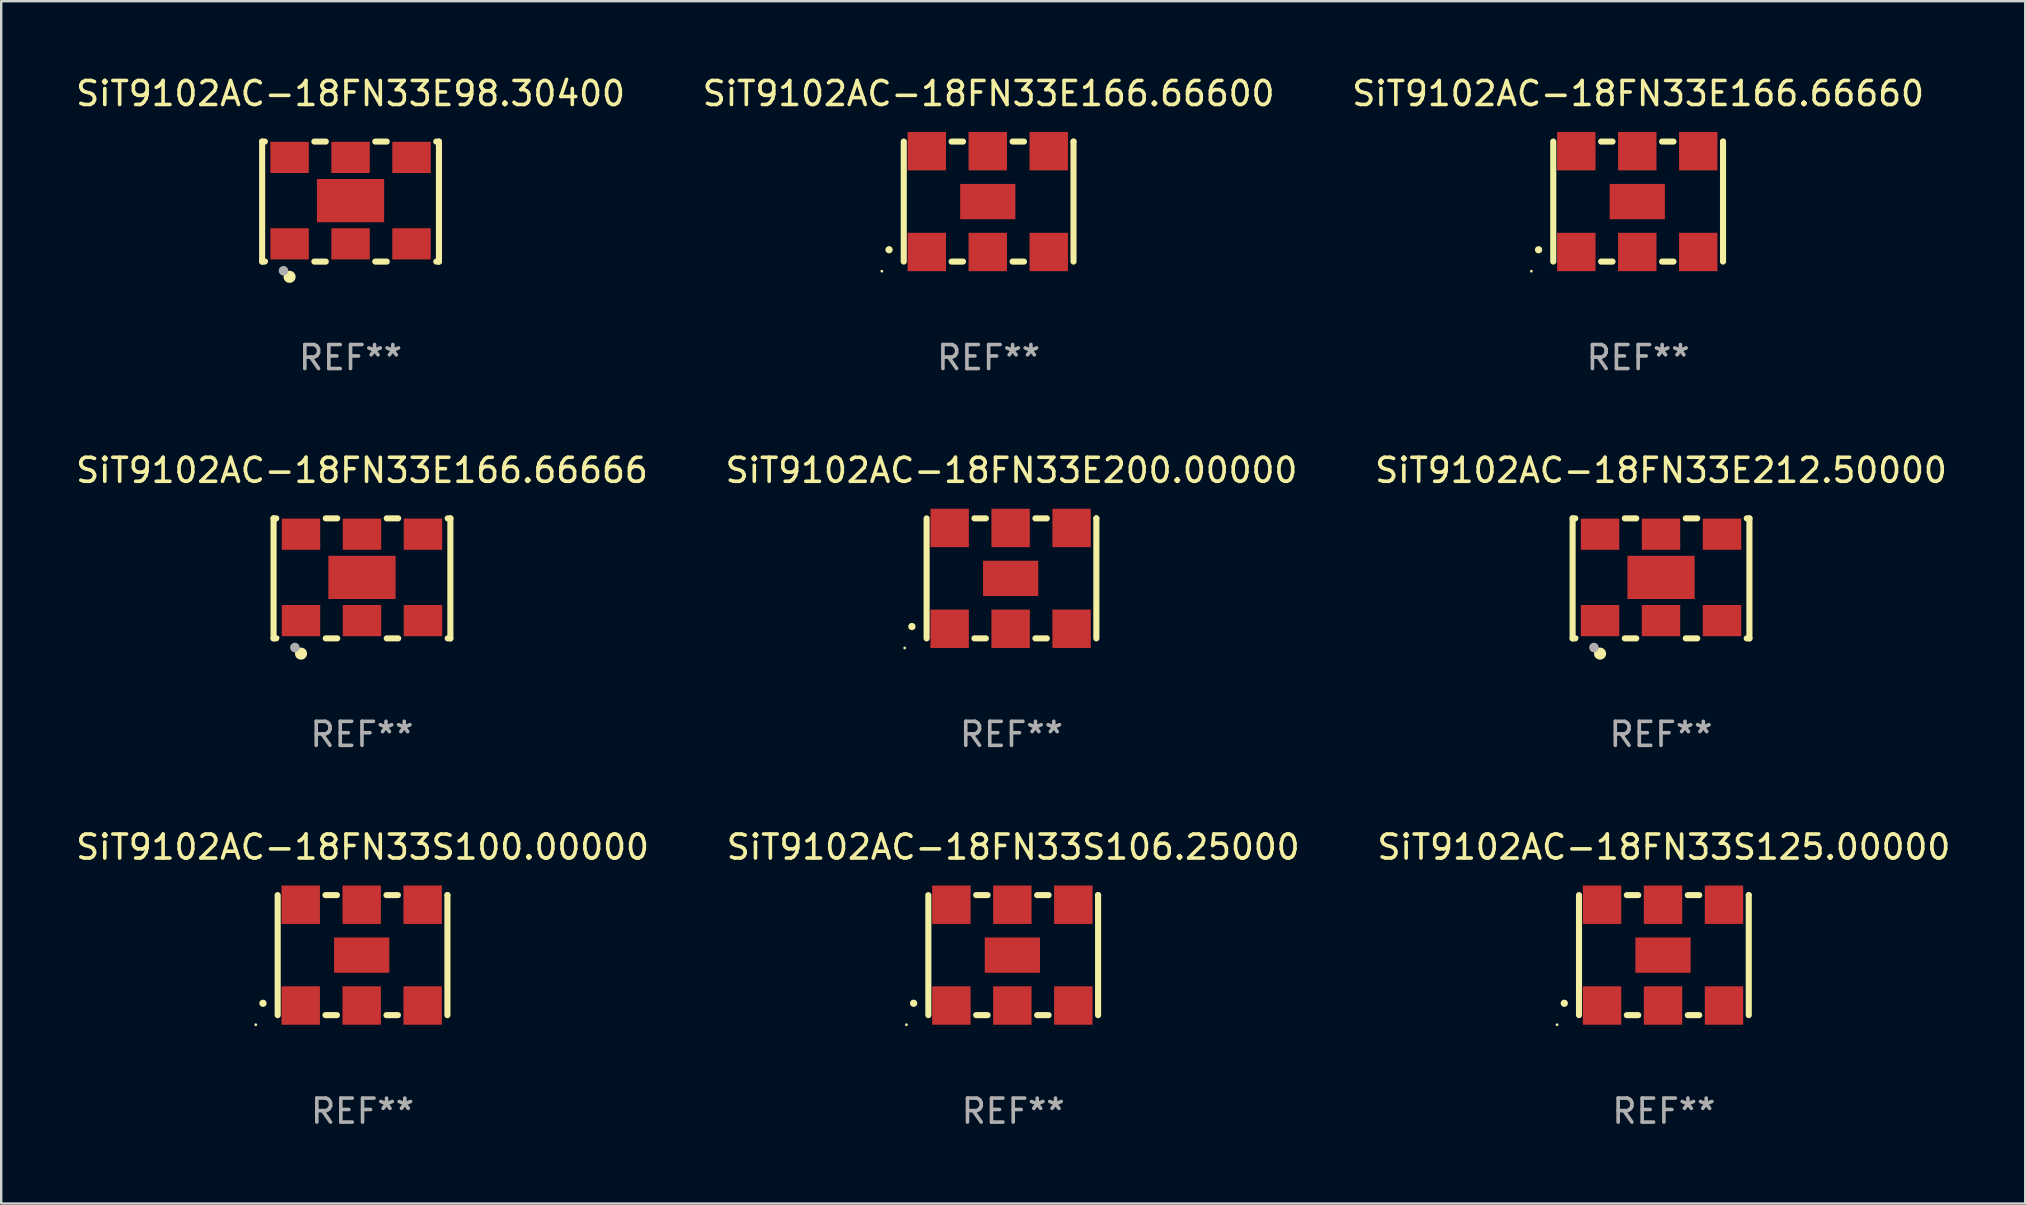
<source format=kicad_pcb>
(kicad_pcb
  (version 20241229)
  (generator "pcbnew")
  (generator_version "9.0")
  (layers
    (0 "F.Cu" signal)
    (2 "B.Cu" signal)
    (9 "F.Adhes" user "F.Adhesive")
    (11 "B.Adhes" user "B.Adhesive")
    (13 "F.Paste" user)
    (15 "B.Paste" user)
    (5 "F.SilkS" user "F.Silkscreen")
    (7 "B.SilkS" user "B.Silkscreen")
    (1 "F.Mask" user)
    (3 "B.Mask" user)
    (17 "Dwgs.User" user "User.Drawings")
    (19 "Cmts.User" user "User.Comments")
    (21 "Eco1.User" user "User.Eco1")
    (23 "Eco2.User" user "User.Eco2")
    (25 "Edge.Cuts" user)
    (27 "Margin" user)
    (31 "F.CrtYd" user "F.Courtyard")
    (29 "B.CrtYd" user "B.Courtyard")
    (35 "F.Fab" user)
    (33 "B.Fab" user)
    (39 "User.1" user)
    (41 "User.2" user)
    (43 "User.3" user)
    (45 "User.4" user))
  (footprint "SiT9102AC-18FN33E98.30400"
    (layer "F.Cu")
    (at 11.554 5.348)
    (property "Reference" "SiT9102AC-18FN33E98.30400" (at 0 -4.5 0) (layer "F.SilkS") (effects (font (size 1 1) (thickness 0.15))))
    (attr through_hole)
    (fp_line (start -3.683 -2.5) (end -3.571 -2.5) (stroke (width 0.254) (type solid)) (layer "F.SilkS"))
    (fp_line (start -3.683 2.5) (end -3.683 -2.5) (stroke (width 0.254) (type solid)) (layer "F.SilkS"))
    (fp_line (start -3.683 2.5) (end -3.571 2.5) (stroke (width 0.254) (type solid)) (layer "F.SilkS"))
    (fp_line (start -1.509 -2.5) (end -1.031 -2.5) (stroke (width 0.254) (type solid)) (layer "F.SilkS"))
    (fp_line (start -1.509 2.5) (end -1.031 2.5) (stroke (width 0.254) (type solid)) (layer "F.SilkS"))
    (fp_line (start 1.031 -2.5) (end 1.509 -2.5) (stroke (width 0.254) (type solid)) (layer "F.SilkS"))
    (fp_line (start 1.031 2.5) (end 1.509 2.5) (stroke (width 0.254) (type solid)) (layer "F.SilkS"))
    (fp_line (start 3.571 -2.5) (end 3.683 -2.5) (stroke (width 0.254) (type solid)) (layer "F.SilkS"))
    (fp_line (start 3.571 2.5) (end 3.683 2.5) (stroke (width 0.254) (type solid)) (layer "F.SilkS"))
    (fp_line (start 3.683 2.5) (end 3.683 -2.5) (stroke (width 0.254) (type solid)) (layer "F.SilkS"))
    (fp_circle (center -3.5 2.46) (end -3.47 2.46) (stroke (width 0.06) (type solid)) (fill no) (layer "F.SilkS"))
    (fp_circle (center -2.54 3.135) (end -2.413 3.135) (stroke (width 0.254) (type solid)) (fill no) (layer "F.SilkS"))
    (fp_circle (center -2.794 2.881) (end -2.694 2.881) (stroke (width 0.2) (type solid)) (fill no) (layer "F.Fab"))
    (fp_text user "REF**" (at 0 6.5 0) (layer "F.Fab") (effects (font (size 1 1) (thickness 0.15))))
    (pad "1" smd rect (at -2.54 1.76) (size 1.6 1.3) (layers "F.Cu" "F.Mask" "F.Paste"))
    (pad "2" smd rect (at 0 1.76) (size 1.6 1.3) (layers "F.Cu" "F.Mask" "F.Paste"))
    (pad "3" smd rect (at 2.54 1.76) (size 1.6 1.3) (layers "F.Cu" "F.Mask" "F.Paste"))
    (pad "4" smd rect (at 2.54 -1.84) (size 1.6 1.3) (layers "F.Cu" "F.Mask" "F.Paste"))
    (pad "5" smd rect (at 0 -1.84) (size 1.6 1.3) (layers "F.Cu" "F.Mask" "F.Paste"))
    (pad "6" smd rect (at -2.54 -1.84) (size 1.6 1.3) (layers "F.Cu" "F.Mask" "F.Paste"))
    (pad "7" smd rect (at 0 -0.04) (size 2.8 1.8) (layers "F.Cu" "F.Mask" "F.Paste")))
  (footprint "SiT9102AC-18FN33S100.00000"
    (layer "F.Cu")
    (at 12.054 36.741)
    (property "Reference" "SiT9102AC-18FN33S100.00000" (at 0 -4.5 0) (layer "F.SilkS") (effects (font (size 1 1) (thickness 0.15))))
    (attr through_hole)
    (fp_line (start -3.536 -2.5) (end -3.536 2.5) (stroke (width 0.254) (type solid)) (layer "F.SilkS"))
    (fp_line (start -1.544 2.5) (end -1.067 2.5) (stroke (width 0.254) (type solid)) (layer "F.SilkS"))
    (fp_line (start -1.067 -2.5) (end -1.544 -2.5) (stroke (width 0.254) (type solid)) (layer "F.SilkS"))
    (fp_line (start 0.996 2.5) (end 1.473 2.5) (stroke (width 0.254) (type solid)) (layer "F.SilkS"))
    (fp_line (start 1.473 -2.5) (end 0.996 -2.5) (stroke (width 0.254) (type solid)) (layer "F.SilkS"))
    (fp_line (start 3.536 -2.5) (end 3.536 -2.5) (stroke (width 0.254) (type solid)) (layer "F.SilkS"))
    (fp_line (start 3.536 2.5) (end 3.536 -2.5) (stroke (width 0.254) (type solid)) (layer "F.SilkS"))
    (fp_arc (start -4.150432 2.006604) (mid -4.149162 2.006599) (end -4.147892 2.006604) (stroke (width 0.3) (type solid)) (layer "F.SilkS"))
    (fp_circle (center -4.449 2.9) (end -4.419 2.9) (stroke (width 0.06) (type solid)) (fill no) (layer "F.SilkS"))
    (fp_text user "REF**" (at 0 6.5 0) (layer "F.Fab") (effects (font (size 1 1) (thickness 0.15))))
    (pad "1" smd rect (at -2.576 2.1) (size 1.6 1.6) (layers "F.Cu" "F.Mask" "F.Paste"))
    (pad "2" smd rect (at -0.036 2.1) (size 1.6 1.6) (layers "F.Cu" "F.Mask" "F.Paste"))
    (pad "3" smd rect (at 2.504 2.1) (size 1.6 1.6) (layers "F.Cu" "F.Mask" "F.Paste"))
    (pad "4" smd rect (at 2.504 -2.1) (size 1.6 1.6) (layers "F.Cu" "F.Mask" "F.Paste"))
    (pad "5" smd rect (at -0.036 -2.1) (size 1.6 1.6) (layers "F.Cu" "F.Mask" "F.Paste"))
    (pad "6" smd rect (at -2.576 -2.1) (size 1.6 1.6) (layers "F.Cu" "F.Mask" "F.Paste"))
    (pad "7" smd rect (at -0.036 0) (size 2.3 1.47) (layers "F.Cu" "F.Mask" "F.Paste")))
  (footprint "SiT9102AC-18FN33S125.00000"
    (layer "F.Cu")
    (at 66.268 36.741)
    (property "Reference" "SiT9102AC-18FN33S125.00000" (at 0 -4.5 0) (layer "F.SilkS") (effects (font (size 1 1) (thickness 0.15))))
    (attr through_hole)
    (fp_line (start -3.536 -2.5) (end -3.536 2.5) (stroke (width 0.254) (type solid)) (layer "F.SilkS"))
    (fp_line (start -1.544 2.5) (end -1.067 2.5) (stroke (width 0.254) (type solid)) (layer "F.SilkS"))
    (fp_line (start -1.067 -2.5) (end -1.544 -2.5) (stroke (width 0.254) (type solid)) (layer "F.SilkS"))
    (fp_line (start 0.996 2.5) (end 1.473 2.5) (stroke (width 0.254) (type solid)) (layer "F.SilkS"))
    (fp_line (start 1.473 -2.5) (end 0.996 -2.5) (stroke (width 0.254) (type solid)) (layer "F.SilkS"))
    (fp_line (start 3.536 -2.5) (end 3.536 -2.5) (stroke (width 0.254) (type solid)) (layer "F.SilkS"))
    (fp_line (start 3.536 2.5) (end 3.536 -2.5) (stroke (width 0.254) (type solid)) (layer "F.SilkS"))
    (fp_arc (start -4.150432 2.006604) (mid -4.149162 2.006599) (end -4.147892 2.006604) (stroke (width 0.3) (type solid)) (layer "F.SilkS"))
    (fp_circle (center -4.449 2.9) (end -4.419 2.9) (stroke (width 0.06) (type solid)) (fill no) (layer "F.SilkS"))
    (fp_text user "REF**" (at 0 6.5 0) (layer "F.Fab") (effects (font (size 1 1) (thickness 0.15))))
    (pad "1" smd rect (at -2.576 2.1) (size 1.6 1.6) (layers "F.Cu" "F.Mask" "F.Paste"))
    (pad "2" smd rect (at -0.036 2.1) (size 1.6 1.6) (layers "F.Cu" "F.Mask" "F.Paste"))
    (pad "3" smd rect (at 2.504 2.1) (size 1.6 1.6) (layers "F.Cu" "F.Mask" "F.Paste"))
    (pad "4" smd rect (at 2.504 -2.1) (size 1.6 1.6) (layers "F.Cu" "F.Mask" "F.Paste"))
    (pad "5" smd rect (at -0.036 -2.1) (size 1.6 1.6) (layers "F.Cu" "F.Mask" "F.Paste"))
    (pad "6" smd rect (at -2.576 -2.1) (size 1.6 1.6) (layers "F.Cu" "F.Mask" "F.Paste"))
    (pad "7" smd rect (at -0.036 0) (size 2.3 1.47) (layers "F.Cu" "F.Mask" "F.Paste")))
  (footprint "SiT9102AC-18FN33E166.66600"
    (layer "F.Cu")
    (at 38.137 5.348)
    (property "Reference" "SiT9102AC-18FN33E166.66600" (at 0 -4.5 0) (layer "F.SilkS") (effects (font (size 1 1) (thickness 0.15))))
    (attr through_hole)
    (fp_line (start -3.536 -2.5) (end -3.536 2.5) (stroke (width 0.254) (type solid)) (layer "F.SilkS"))
    (fp_line (start -1.544 2.5) (end -1.067 2.5) (stroke (width 0.254) (type solid)) (layer "F.SilkS"))
    (fp_line (start -1.067 -2.5) (end -1.544 -2.5) (stroke (width 0.254) (type solid)) (layer "F.SilkS"))
    (fp_line (start 0.996 2.5) (end 1.473 2.5) (stroke (width 0.254) (type solid)) (layer "F.SilkS"))
    (fp_line (start 1.473 -2.5) (end 0.996 -2.5) (stroke (width 0.254) (type solid)) (layer "F.SilkS"))
    (fp_line (start 3.536 -2.5) (end 3.536 -2.5) (stroke (width 0.254) (type solid)) (layer "F.SilkS"))
    (fp_line (start 3.536 2.5) (end 3.536 -2.5) (stroke (width 0.254) (type solid)) (layer "F.SilkS"))
    (fp_arc (start -4.150432 2.006604) (mid -4.149162 2.006599) (end -4.147892 2.006604) (stroke (width 0.3) (type solid)) (layer "F.SilkS"))
    (fp_circle (center -4.449 2.9) (end -4.419 2.9) (stroke (width 0.06) (type solid)) (fill no) (layer "F.SilkS"))
    (fp_text user "REF**" (at 0 6.5 0) (layer "F.Fab") (effects (font (size 1 1) (thickness 0.15))))
    (pad "1" smd rect (at -2.576 2.1) (size 1.6 1.6) (layers "F.Cu" "F.Mask" "F.Paste"))
    (pad "2" smd rect (at -0.036 2.1) (size 1.6 1.6) (layers "F.Cu" "F.Mask" "F.Paste"))
    (pad "3" smd rect (at 2.504 2.1) (size 1.6 1.6) (layers "F.Cu" "F.Mask" "F.Paste"))
    (pad "4" smd rect (at 2.504 -2.1) (size 1.6 1.6) (layers "F.Cu" "F.Mask" "F.Paste"))
    (pad "5" smd rect (at -0.036 -2.1) (size 1.6 1.6) (layers "F.Cu" "F.Mask" "F.Paste"))
    (pad "6" smd rect (at -2.576 -2.1) (size 1.6 1.6) (layers "F.Cu" "F.Mask" "F.Paste"))
    (pad "7" smd rect (at -0.036 0) (size 2.3 1.47) (layers "F.Cu" "F.Mask" "F.Paste")))
  (footprint "SiT9102AC-18FN33E212.50000"
    (layer "F.Cu")
    (at 66.149 21.045)
    (property "Reference" "SiT9102AC-18FN33E212.50000" (at 0 -4.5 0) (layer "F.SilkS") (effects (font (size 1 1) (thickness 0.15))))
    (attr through_hole)
    (fp_line (start -3.683 -2.5) (end -3.571 -2.5) (stroke (width 0.254) (type solid)) (layer "F.SilkS"))
    (fp_line (start -3.683 2.5) (end -3.683 -2.5) (stroke (width 0.254) (type solid)) (layer "F.SilkS"))
    (fp_line (start -3.683 2.5) (end -3.571 2.5) (stroke (width 0.254) (type solid)) (layer "F.SilkS"))
    (fp_line (start -1.509 -2.5) (end -1.031 -2.5) (stroke (width 0.254) (type solid)) (layer "F.SilkS"))
    (fp_line (start -1.509 2.5) (end -1.031 2.5) (stroke (width 0.254) (type solid)) (layer "F.SilkS"))
    (fp_line (start 1.031 -2.5) (end 1.509 -2.5) (stroke (width 0.254) (type solid)) (layer "F.SilkS"))
    (fp_line (start 1.031 2.5) (end 1.509 2.5) (stroke (width 0.254) (type solid)) (layer "F.SilkS"))
    (fp_line (start 3.571 -2.5) (end 3.683 -2.5) (stroke (width 0.254) (type solid)) (layer "F.SilkS"))
    (fp_line (start 3.571 2.5) (end 3.683 2.5) (stroke (width 0.254) (type solid)) (layer "F.SilkS"))
    (fp_line (start 3.683 2.5) (end 3.683 -2.5) (stroke (width 0.254) (type solid)) (layer "F.SilkS"))
    (fp_circle (center -3.5 2.46) (end -3.47 2.46) (stroke (width 0.06) (type solid)) (fill no) (layer "F.SilkS"))
    (fp_circle (center -2.54 3.135) (end -2.413 3.135) (stroke (width 0.254) (type solid)) (fill no) (layer "F.SilkS"))
    (fp_circle (center -2.794 2.881) (end -2.694 2.881) (stroke (width 0.2) (type solid)) (fill no) (layer "F.Fab"))
    (fp_text user "REF**" (at 0 6.5 0) (layer "F.Fab") (effects (font (size 1 1) (thickness 0.15))))
    (pad "1" smd rect (at -2.54 1.76) (size 1.6 1.3) (layers "F.Cu" "F.Mask" "F.Paste"))
    (pad "2" smd rect (at 0 1.76) (size 1.6 1.3) (layers "F.Cu" "F.Mask" "F.Paste"))
    (pad "3" smd rect (at 2.54 1.76) (size 1.6 1.3) (layers "F.Cu" "F.Mask" "F.Paste"))
    (pad "4" smd rect (at 2.54 -1.84) (size 1.6 1.3) (layers "F.Cu" "F.Mask" "F.Paste"))
    (pad "5" smd rect (at 0 -1.84) (size 1.6 1.3) (layers "F.Cu" "F.Mask" "F.Paste"))
    (pad "6" smd rect (at -2.54 -1.84) (size 1.6 1.3) (layers "F.Cu" "F.Mask" "F.Paste"))
    (pad "7" smd rect (at 0 -0.04) (size 2.8 1.8) (layers "F.Cu" "F.Mask" "F.Paste")))
  (footprint "SiT9102AC-18FN33E200.00000"
    (layer "F.Cu")
    (at 39.089 21.045)
    (property "Reference" "SiT9102AC-18FN33E200.00000" (at 0 -4.5 0) (layer "F.SilkS") (effects (font (size 1 1) (thickness 0.15))))
    (attr through_hole)
    (fp_line (start -3.536 -2.5) (end -3.536 2.5) (stroke (width 0.254) (type solid)) (layer "F.SilkS"))
    (fp_line (start -1.544 2.5) (end -1.067 2.5) (stroke (width 0.254) (type solid)) (layer "F.SilkS"))
    (fp_line (start -1.067 -2.5) (end -1.544 -2.5) (stroke (width 0.254) (type solid)) (layer "F.SilkS"))
    (fp_line (start 0.996 2.5) (end 1.473 2.5) (stroke (width 0.254) (type solid)) (layer "F.SilkS"))
    (fp_line (start 1.473 -2.5) (end 0.996 -2.5) (stroke (width 0.254) (type solid)) (layer "F.SilkS"))
    (fp_line (start 3.536 -2.5) (end 3.536 -2.5) (stroke (width 0.254) (type solid)) (layer "F.SilkS"))
    (fp_line (start 3.536 2.5) (end 3.536 -2.5) (stroke (width 0.254) (type solid)) (layer "F.SilkS"))
    (fp_arc (start -4.150432 2.006604) (mid -4.149162 2.006599) (end -4.147892 2.006604) (stroke (width 0.3) (type solid)) (layer "F.SilkS"))
    (fp_circle (center -4.449 2.9) (end -4.419 2.9) (stroke (width 0.06) (type solid)) (fill no) (layer "F.SilkS"))
    (fp_text user "REF**" (at 0 6.5 0) (layer "F.Fab") (effects (font (size 1 1) (thickness 0.15))))
    (pad "1" smd rect (at -2.576 2.1) (size 1.6 1.6) (layers "F.Cu" "F.Mask" "F.Paste"))
    (pad "2" smd rect (at -0.036 2.1) (size 1.6 1.6) (layers "F.Cu" "F.Mask" "F.Paste"))
    (pad "3" smd rect (at 2.504 2.1) (size 1.6 1.6) (layers "F.Cu" "F.Mask" "F.Paste"))
    (pad "4" smd rect (at 2.504 -2.1) (size 1.6 1.6) (layers "F.Cu" "F.Mask" "F.Paste"))
    (pad "5" smd rect (at -0.036 -2.1) (size 1.6 1.6) (layers "F.Cu" "F.Mask" "F.Paste"))
    (pad "6" smd rect (at -2.576 -2.1) (size 1.6 1.6) (layers "F.Cu" "F.Mask" "F.Paste"))
    (pad "7" smd rect (at -0.036 0) (size 2.3 1.47) (layers "F.Cu" "F.Mask" "F.Paste")))
  (footprint "SiT9102AC-18FN33E166.66660"
    (layer "F.Cu")
    (at 65.196 5.348)
    (property "Reference" "SiT9102AC-18FN33E166.66660" (at 0 -4.5 0) (layer "F.SilkS") (effects (font (size 1 1) (thickness 0.15))))
    (attr through_hole)
    (fp_line (start -3.536 -2.5) (end -3.536 2.5) (stroke (width 0.254) (type solid)) (layer "F.SilkS"))
    (fp_line (start -1.544 2.5) (end -1.067 2.5) (stroke (width 0.254) (type solid)) (layer "F.SilkS"))
    (fp_line (start -1.067 -2.5) (end -1.544 -2.5) (stroke (width 0.254) (type solid)) (layer "F.SilkS"))
    (fp_line (start 0.996 2.5) (end 1.473 2.5) (stroke (width 0.254) (type solid)) (layer "F.SilkS"))
    (fp_line (start 1.473 -2.5) (end 0.996 -2.5) (stroke (width 0.254) (type solid)) (layer "F.SilkS"))
    (fp_line (start 3.536 -2.5) (end 3.536 -2.5) (stroke (width 0.254) (type solid)) (layer "F.SilkS"))
    (fp_line (start 3.536 2.5) (end 3.536 -2.5) (stroke (width 0.254) (type solid)) (layer "F.SilkS"))
    (fp_arc (start -4.150432 2.006604) (mid -4.149162 2.006599) (end -4.147892 2.006604) (stroke (width 0.3) (type solid)) (layer "F.SilkS"))
    (fp_circle (center -4.449 2.9) (end -4.419 2.9) (stroke (width 0.06) (type solid)) (fill no) (layer "F.SilkS"))
    (fp_text user "REF**" (at 0 6.5 0) (layer "F.Fab") (effects (font (size 1 1) (thickness 0.15))))
    (pad "1" smd rect (at -2.576 2.1) (size 1.6 1.6) (layers "F.Cu" "F.Mask" "F.Paste"))
    (pad "2" smd rect (at -0.036 2.1) (size 1.6 1.6) (layers "F.Cu" "F.Mask" "F.Paste"))
    (pad "3" smd rect (at 2.504 2.1) (size 1.6 1.6) (layers "F.Cu" "F.Mask" "F.Paste"))
    (pad "4" smd rect (at 2.504 -2.1) (size 1.6 1.6) (layers "F.Cu" "F.Mask" "F.Paste"))
    (pad "5" smd rect (at -0.036 -2.1) (size 1.6 1.6) (layers "F.Cu" "F.Mask" "F.Paste"))
    (pad "6" smd rect (at -2.576 -2.1) (size 1.6 1.6) (layers "F.Cu" "F.Mask" "F.Paste"))
    (pad "7" smd rect (at -0.036 0) (size 2.3 1.47) (layers "F.Cu" "F.Mask" "F.Paste")))
  (footprint "SiT9102AC-18FN33S106.25000"
    (layer "F.Cu")
    (at 39.161 36.741)
    (property "Reference" "SiT9102AC-18FN33S106.25000" (at 0 -4.5 0) (layer "F.SilkS") (effects (font (size 1 1) (thickness 0.15))))
    (attr through_hole)
    (fp_line (start -3.536 -2.5) (end -3.536 2.5) (stroke (width 0.254) (type solid)) (layer "F.SilkS"))
    (fp_line (start -1.544 2.5) (end -1.067 2.5) (stroke (width 0.254) (type solid)) (layer "F.SilkS"))
    (fp_line (start -1.067 -2.5) (end -1.544 -2.5) (stroke (width 0.254) (type solid)) (layer "F.SilkS"))
    (fp_line (start 0.996 2.5) (end 1.473 2.5) (stroke (width 0.254) (type solid)) (layer "F.SilkS"))
    (fp_line (start 1.473 -2.5) (end 0.996 -2.5) (stroke (width 0.254) (type solid)) (layer "F.SilkS"))
    (fp_line (start 3.536 -2.5) (end 3.536 -2.5) (stroke (width 0.254) (type solid)) (layer "F.SilkS"))
    (fp_line (start 3.536 2.5) (end 3.536 -2.5) (stroke (width 0.254) (type solid)) (layer "F.SilkS"))
    (fp_arc (start -4.150432 2.006604) (mid -4.149162 2.006599) (end -4.147892 2.006604) (stroke (width 0.3) (type solid)) (layer "F.SilkS"))
    (fp_circle (center -4.449 2.9) (end -4.419 2.9) (stroke (width 0.06) (type solid)) (fill no) (layer "F.SilkS"))
    (fp_text user "REF**" (at 0 6.5 0) (layer "F.Fab") (effects (font (size 1 1) (thickness 0.15))))
    (pad "1" smd rect (at -2.576 2.1) (size 1.6 1.6) (layers "F.Cu" "F.Mask" "F.Paste"))
    (pad "2" smd rect (at -0.036 2.1) (size 1.6 1.6) (layers "F.Cu" "F.Mask" "F.Paste"))
    (pad "3" smd rect (at 2.504 2.1) (size 1.6 1.6) (layers "F.Cu" "F.Mask" "F.Paste"))
    (pad "4" smd rect (at 2.504 -2.1) (size 1.6 1.6) (layers "F.Cu" "F.Mask" "F.Paste"))
    (pad "5" smd rect (at -0.036 -2.1) (size 1.6 1.6) (layers "F.Cu" "F.Mask" "F.Paste"))
    (pad "6" smd rect (at -2.576 -2.1) (size 1.6 1.6) (layers "F.Cu" "F.Mask" "F.Paste"))
    (pad "7" smd rect (at -0.036 0) (size 2.3 1.47) (layers "F.Cu" "F.Mask" "F.Paste")))
  (footprint "SiT9102AC-18FN33E166.66666"
    (layer "F.Cu")
    (at 12.03 21.045)
    (property "Reference" "SiT9102AC-18FN33E166.66666" (at 0 -4.5 0) (layer "F.SilkS") (effects (font (size 1 1) (thickness 0.15))))
    (attr through_hole)
    (fp_line (start -3.683 -2.5) (end -3.571 -2.5) (stroke (width 0.254) (type solid)) (layer "F.SilkS"))
    (fp_line (start -3.683 2.5) (end -3.683 -2.5) (stroke (width 0.254) (type solid)) (layer "F.SilkS"))
    (fp_line (start -3.683 2.5) (end -3.571 2.5) (stroke (width 0.254) (type solid)) (layer "F.SilkS"))
    (fp_line (start -1.509 -2.5) (end -1.031 -2.5) (stroke (width 0.254) (type solid)) (layer "F.SilkS"))
    (fp_line (start -1.509 2.5) (end -1.031 2.5) (stroke (width 0.254) (type solid)) (layer "F.SilkS"))
    (fp_line (start 1.031 -2.5) (end 1.509 -2.5) (stroke (width 0.254) (type solid)) (layer "F.SilkS"))
    (fp_line (start 1.031 2.5) (end 1.509 2.5) (stroke (width 0.254) (type solid)) (layer "F.SilkS"))
    (fp_line (start 3.571 -2.5) (end 3.683 -2.5) (stroke (width 0.254) (type solid)) (layer "F.SilkS"))
    (fp_line (start 3.571 2.5) (end 3.683 2.5) (stroke (width 0.254) (type solid)) (layer "F.SilkS"))
    (fp_line (start 3.683 2.5) (end 3.683 -2.5) (stroke (width 0.254) (type solid)) (layer "F.SilkS"))
    (fp_circle (center -3.5 2.46) (end -3.47 2.46) (stroke (width 0.06) (type solid)) (fill no) (layer "F.SilkS"))
    (fp_circle (center -2.54 3.135) (end -2.413 3.135) (stroke (width 0.254) (type solid)) (fill no) (layer "F.SilkS"))
    (fp_circle (center -2.794 2.881) (end -2.694 2.881) (stroke (width 0.2) (type solid)) (fill no) (layer "F.Fab"))
    (fp_text user "REF**" (at 0 6.5 0) (layer "F.Fab") (effects (font (size 1 1) (thickness 0.15))))
    (pad "1" smd rect (at -2.54 1.76) (size 1.6 1.3) (layers "F.Cu" "F.Mask" "F.Paste"))
    (pad "2" smd rect (at 0 1.76) (size 1.6 1.3) (layers "F.Cu" "F.Mask" "F.Paste"))
    (pad "3" smd rect (at 2.54 1.76) (size 1.6 1.3) (layers "F.Cu" "F.Mask" "F.Paste"))
    (pad "4" smd rect (at 2.54 -1.84) (size 1.6 1.3) (layers "F.Cu" "F.Mask" "F.Paste"))
    (pad "5" smd rect (at 0 -1.84) (size 1.6 1.3) (layers "F.Cu" "F.Mask" "F.Paste"))
    (pad "6" smd rect (at -2.54 -1.84) (size 1.6 1.3) (layers "F.Cu" "F.Mask" "F.Paste"))
    (pad "7" smd rect (at 0 -0.04) (size 2.8 1.8) (layers "F.Cu" "F.Mask" "F.Paste")))
  (gr_rect
    (start -3 -3)
    (end 81.321 47.09)
    (stroke (width 0.1) (type default))
    (fill no)
    (layer "Edge.Cuts")))
</source>
